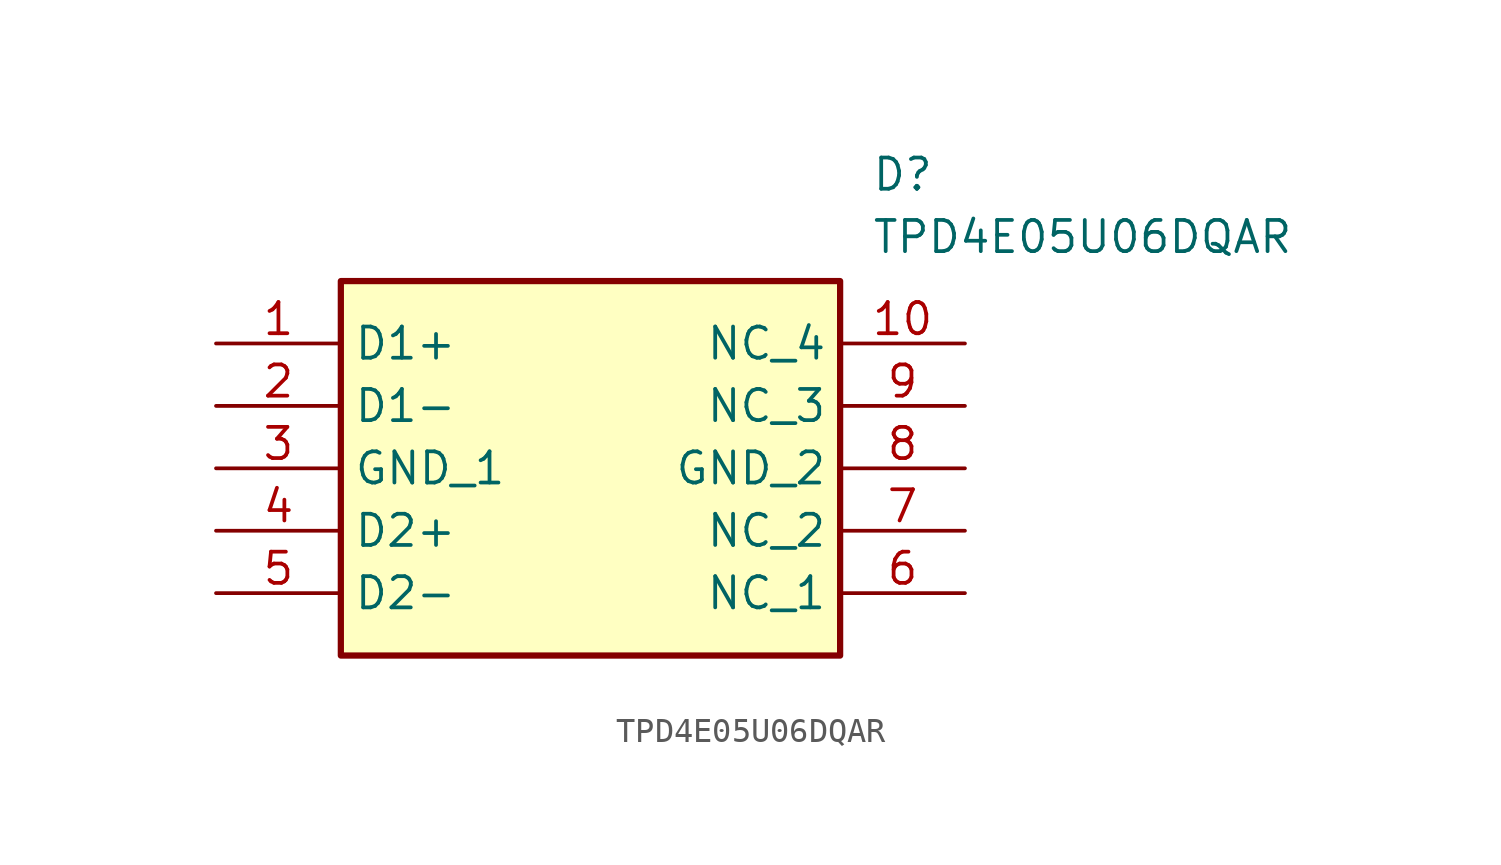
<source format=kicad_sym>
(kicad_symbol_lib
  (version 20220914)
  (generator kicad_symbol_editor)
  (symbol "TPD4E05U06DQAR"
    (property "Reference" "D"
      (at 26.67 7.62 0)
      (effects (font (size 1.27 1.27)) (justify left top)))
    (property "Value" "TPD4E05U06DQAR"
      (at 26.67 5.08 0)
      (effects (font (size 1.27 1.27)) (justify left top)))
    (symbol "TPD4E05U06DQAR_1_1"
      (rectangle (start 5.08 2.54) (end 25.4 -12.7) (stroke (width 0.254) (type default)) (fill (type background)))
      (pin passive line (at 0 0 0) (length 5.08) (name "D1+" (effects (font (size 1.27 1.27)))) (number "1" (effects (font (size 1.27 1.27)))))
      (pin passive line (at 30.48 0 180) (length 5.08) (name "NC_4" (effects (font (size 1.27 1.27)))) (number "10" (effects (font (size 1.27 1.27)))))
      (pin passive line (at 0 -2.54 0) (length 5.08) (name "D1-" (effects (font (size 1.27 1.27)))) (number "2" (effects (font (size 1.27 1.27)))))
      (pin passive line (at 0 -5.08 0) (length 5.08) (name "GND_1" (effects (font (size 1.27 1.27)))) (number "3" (effects (font (size 1.27 1.27)))))
      (pin passive line (at 0 -7.62 0) (length 5.08) (name "D2+" (effects (font (size 1.27 1.27)))) (number "4" (effects (font (size 1.27 1.27)))))
      (pin passive line (at 0 -10.16 0) (length 5.08) (name "D2-" (effects (font (size 1.27 1.27)))) (number "5" (effects (font (size 1.27 1.27)))))
      (pin passive line (at 30.48 -10.16 180) (length 5.08) (name "NC_1" (effects (font (size 1.27 1.27)))) (number "6" (effects (font (size 1.27 1.27)))))
      (pin passive line (at 30.48 -7.62 180) (length 5.08) (name "NC_2" (effects (font (size 1.27 1.27)))) (number "7" (effects (font (size 1.27 1.27)))))
      (pin passive line (at 30.48 -5.08 180) (length 5.08) (name "GND_2" (effects (font (size 1.27 1.27)))) (number "8" (effects (font (size 1.27 1.27)))))
      (pin passive line (at 30.48 -2.54 180) (length 5.08) (name "NC_3" (effects (font (size 1.27 1.27)))) (number "9" (effects (font (size 1.27 1.27))))))))
</source>
